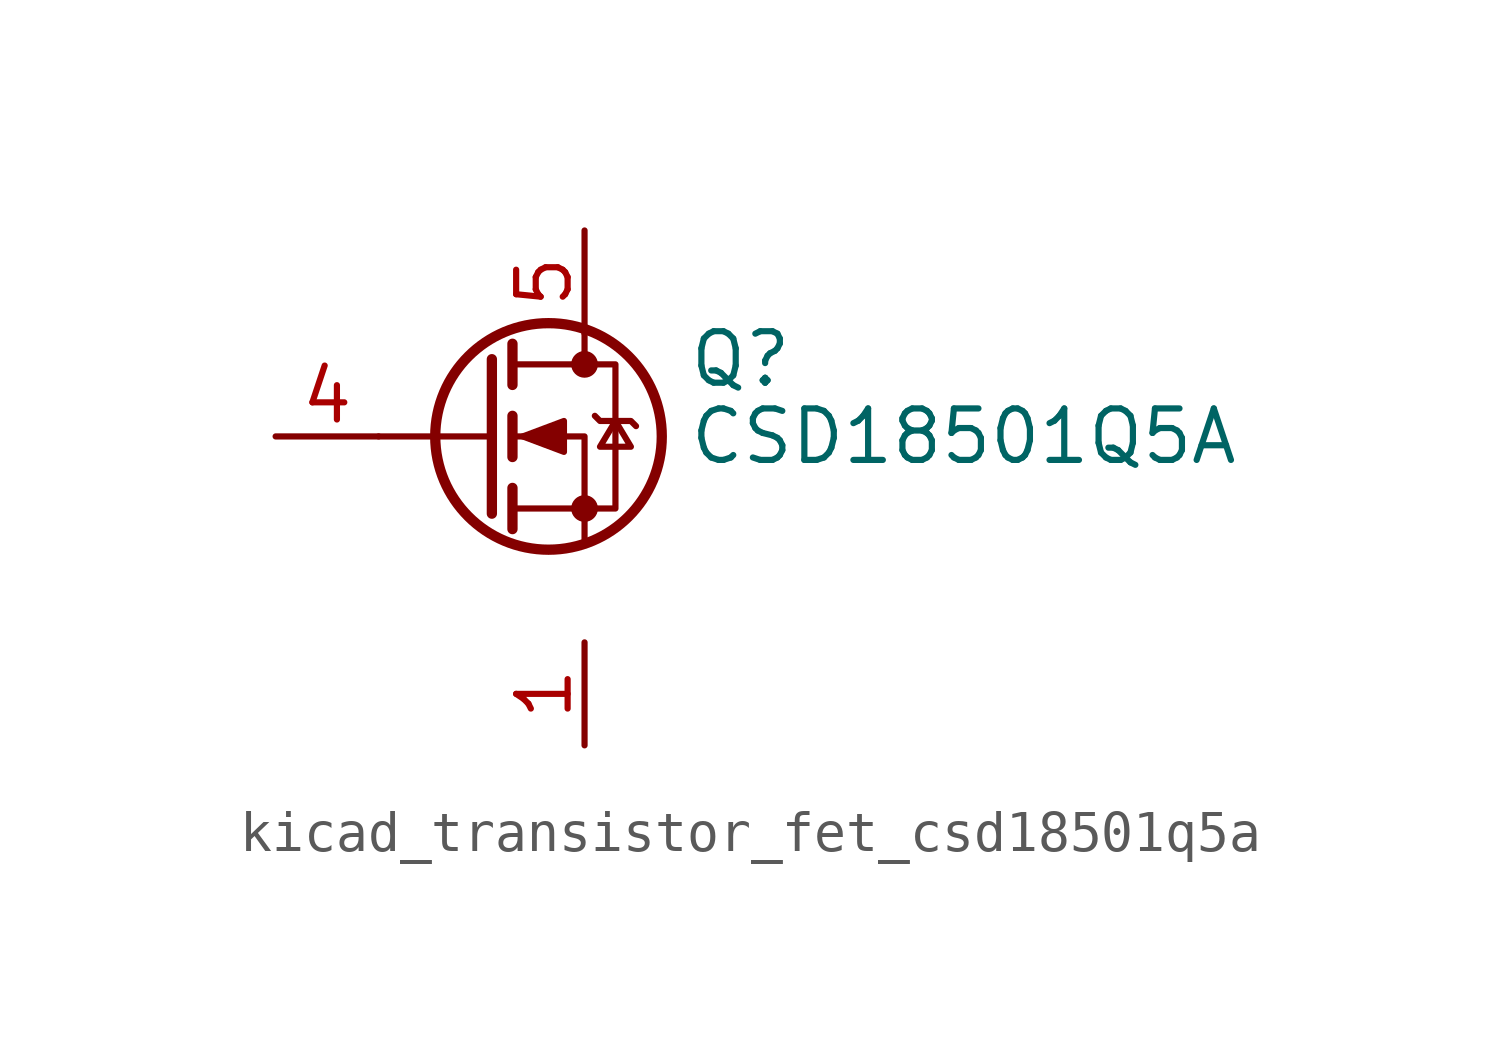
<source format=kicad_sym>
(kicad_symbol_lib
  (version 20220914)
  (generator kicad_symbol_editor)
  (symbol "kicad_transistor_fet_csd18501q5a"
    (pin_names hide)
    (property "Reference" "Q"
      (at 5.08 1.905 0)
      (effects (font (size 1.27 1.27)) (justify left)))
    (property "Value" "CSD18501Q5A"
      (at 5.08 0 0)
      (effects (font (size 1.27 1.27)) (justify left)))
    (symbol "kicad_transistor_fet_csd18501q5a_0_1"
      (polyline (pts (xy 0.254 0) (xy -2.54 0)) (stroke (width 0) (type default)) (fill (type none)))
      (polyline (pts (xy 0.254 1.905) (xy 0.254 -1.905)) (stroke (width 0.254) (type default)) (fill (type none)))
      (polyline (pts (xy 0.762 -1.27) (xy 0.762 -2.286)) (stroke (width 0.254) (type default)) (fill (type none)))
      (polyline (pts (xy 0.762 0.508) (xy 0.762 -0.508)) (stroke (width 0.254) (type default)) (fill (type none)))
      (polyline (pts (xy 0.762 2.286) (xy 0.762 1.27)) (stroke (width 0.254) (type default)) (fill (type none)))
      (polyline (pts (xy 2.54 2.54) (xy 2.54 1.778)) (stroke (width 0) (type default)) (fill (type none)))
      (polyline (pts (xy 2.54 -2.54) (xy 2.54 0) (xy 0.762 0)) (stroke (width 0) (type default)) (fill (type none)))
      (polyline (pts (xy 0.762 -1.778) (xy 3.302 -1.778) (xy 3.302 1.778) (xy 0.762 1.778)) (stroke (width 0) (type default)) (fill (type none)))
      (polyline (pts (xy 1.016 0) (xy 2.032 0.381) (xy 2.032 -0.381) (xy 1.016 0)) (stroke (width 0) (type default)) (fill (type outline)))
      (polyline (pts (xy 2.794 0.508) (xy 2.921 0.381) (xy 3.683 0.381) (xy 3.81 0.254)) (stroke (width 0) (type default)) (fill (type none)))
      (polyline (pts (xy 3.302 0.381) (xy 2.921 -0.254) (xy 3.683 -0.254) (xy 3.302 0.381)) (stroke (width 0) (type default)) (fill (type none)))
      (circle (center 1.651 0) (radius 2.794) (stroke (width 0.254) (type default)) (fill (type none)))
      (circle (center 2.54 -1.778) (radius 0.254) (stroke (width 0) (type default)) (fill (type outline)))
      (circle (center 2.54 1.778) (radius 0.254) (stroke (width 0) (type default)) (fill (type outline))))
    (symbol "kicad_transistor_fet_csd18501q5a_1_1"
      (pin passive line (at 2.54 -5.08 270) (length 2.54) (name "S" (effects (font (size 1.27 1.27)))) (number "1" (effects (font (size 1.27 1.27)))))
      (pin passive line (at 2.54 -5.08 270) (length 2.54) hide (name "S" (effects (font (size 1.27 1.27)))) (number "2" (effects (font (size 1.27 1.27)))))
      (pin passive line (at 2.54 -5.08 90) (length 2.54) hide (name "S" (effects (font (size 1.27 1.27)))) (number "3" (effects (font (size 1.27 1.27)))))
      (pin passive line (at -5.08 0 0) (length 2.54) (name "G" (effects (font (size 1.27 1.27)))) (number "4" (effects (font (size 1.27 1.27)))))
      (pin passive line (at 2.54 5.08 270) (length 2.54) (name "D" (effects (font (size 1.27 1.27)))) (number "5" (effects (font (size 1.27 1.27))))))))
</source>
